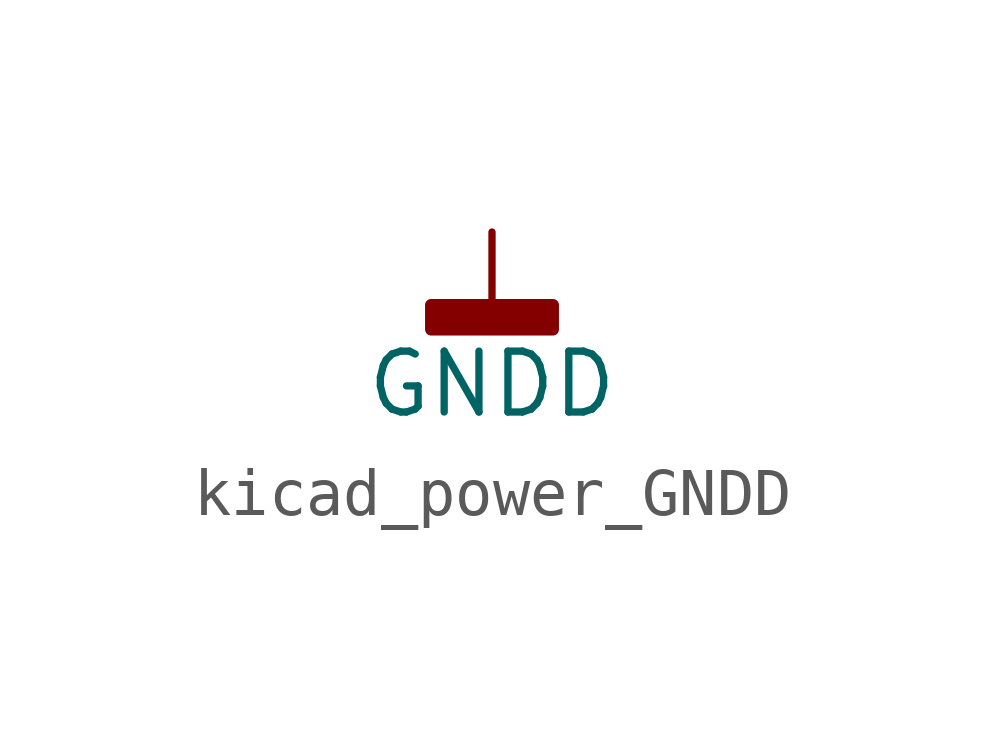
<source format=kicad_sym>
(kicad_symbol_lib
  (version 20220914)
  (generator kicad_symbol_editor)
  (symbol "kicad_power_GNDD"
    (power)
    (pin_names
      (offset 0))
    (property "Reference" "#PWR"
      (at 0 -6.35 0)
      (effects (font (size 1.27 1.27)) hide))
    (property "Value" "GNDD"
      (at 0 -3.175 0)
      (effects (font (size 1.27 1.27))))
    (symbol "kicad_power_GNDD_0_1"
      (rectangle (start -1.27 -1.524) (end 1.27 -2.032) (stroke (width 0.254) (type default)) (fill (type outline)))
      (polyline (pts (xy 0 0) (xy 0 -1.524)) (stroke (width 0) (type default)) (fill (type none))))
    (symbol "kicad_power_GNDD_1_1"
      (pin power_in line (at 0 0 270) (length 0) hide (name "GNDD" (effects (font (size 1.27 1.27)))) (number "1" (effects (font (size 1.27 1.27))))))))
</source>
